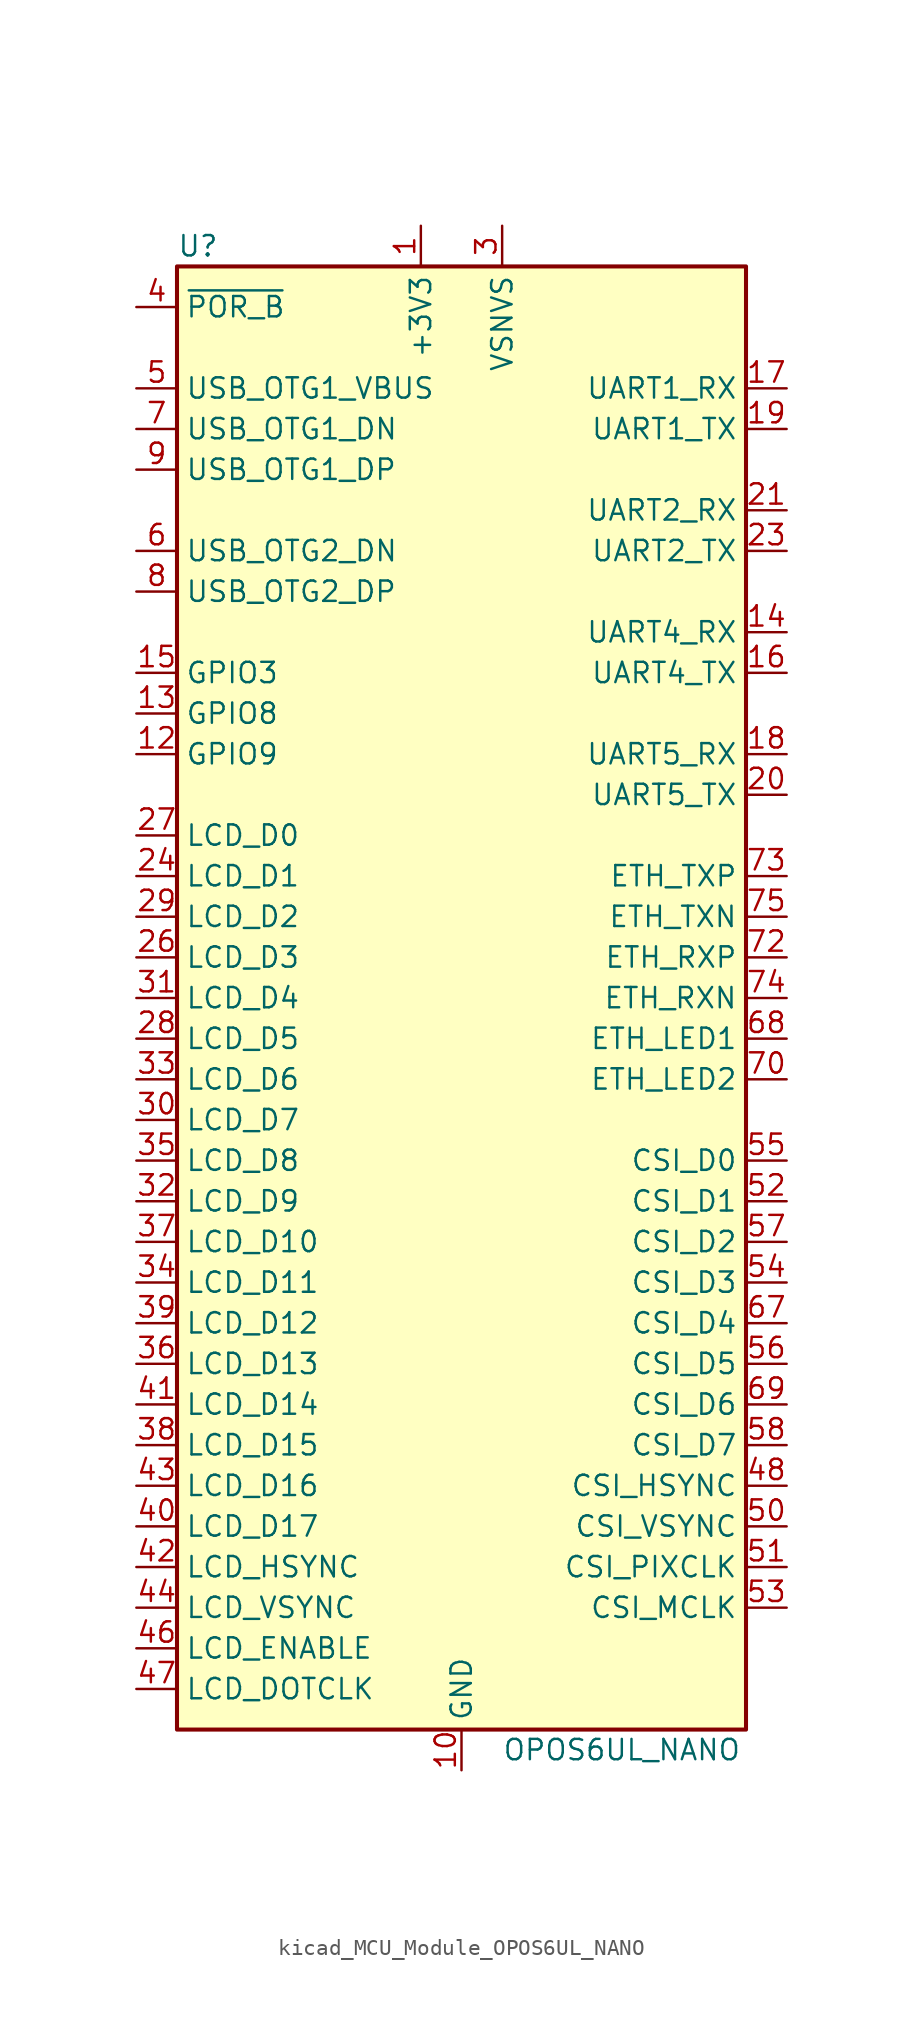
<source format=kicad_sym>
(kicad_symbol_lib
  (version 20220914)
  (generator kicad_symbol_editor)
  (symbol "kicad_MCU_Module_OPOS6UL_NANO"
    (property "Reference" "U"
      (at -17.78 46.99 0)
      (effects (font (size 1.27 1.27)) (justify left)))
    (property "Value" "OPOS6UL_NANO"
      (at 2.54 -46.99 0)
      (effects (font (size 1.27 1.27)) (justify left)))
    (symbol "kicad_MCU_Module_OPOS6UL_NANO_0_1"
      (rectangle (start -17.78 45.72) (end 17.78 -45.72) (stroke (width 0.254) (type default)) (fill (type background))))
    (symbol "kicad_MCU_Module_OPOS6UL_NANO_1_1"
      (pin power_in line (at -2.54 48.26 270) (length 2.54) (name "+3V3" (effects (font (size 1.27 1.27)))) (number "1" (effects (font (size 1.27 1.27)))))
      (pin power_in line (at 0 -48.26 90) (length 2.54) (name "GND" (effects (font (size 1.27 1.27)))) (number "10" (effects (font (size 1.27 1.27)))))
      (pin passive line (at 0 -48.26 90) (length 2.54) hide (name "GND" (effects (font (size 1.27 1.27)))) (number "11" (effects (font (size 1.27 1.27)))))
      (pin bidirectional line (at -20.32 15.24 0) (length 2.54) (name "GPIO9" (effects (font (size 1.27 1.27)))) (number "12" (effects (font (size 1.27 1.27)))))
      (pin bidirectional line (at -20.32 17.78 0) (length 2.54) (name "GPIO8" (effects (font (size 1.27 1.27)))) (number "13" (effects (font (size 1.27 1.27)))))
      (pin bidirectional line (at 20.32 22.86 180) (length 2.54) (name "UART4_RX" (effects (font (size 1.27 1.27)))) (number "14" (effects (font (size 1.27 1.27)))))
      (pin bidirectional line (at -20.32 20.32 0) (length 2.54) (name "GPIO3" (effects (font (size 1.27 1.27)))) (number "15" (effects (font (size 1.27 1.27)))))
      (pin bidirectional line (at 20.32 20.32 180) (length 2.54) (name "UART4_TX" (effects (font (size 1.27 1.27)))) (number "16" (effects (font (size 1.27 1.27)))))
      (pin bidirectional line (at 20.32 38.1 180) (length 2.54) (name "UART1_RX" (effects (font (size 1.27 1.27)))) (number "17" (effects (font (size 1.27 1.27)))))
      (pin bidirectional line (at 20.32 15.24 180) (length 2.54) (name "UART5_RX" (effects (font (size 1.27 1.27)))) (number "18" (effects (font (size 1.27 1.27)))))
      (pin bidirectional line (at 20.32 35.56 180) (length 2.54) (name "UART1_TX" (effects (font (size 1.27 1.27)))) (number "19" (effects (font (size 1.27 1.27)))))
      (pin passive line (at -2.54 48.26 270) (length 2.54) hide (name "+3V3" (effects (font (size 1.27 1.27)))) (number "2" (effects (font (size 1.27 1.27)))))
      (pin bidirectional line (at 20.32 12.7 180) (length 2.54) (name "UART5_TX" (effects (font (size 1.27 1.27)))) (number "20" (effects (font (size 1.27 1.27)))))
      (pin bidirectional line (at 20.32 30.48 180) (length 2.54) (name "UART2_RX" (effects (font (size 1.27 1.27)))) (number "21" (effects (font (size 1.27 1.27)))))
      (pin passive line (at 0 -48.26 90) (length 2.54) hide (name "GND" (effects (font (size 1.27 1.27)))) (number "22" (effects (font (size 1.27 1.27)))))
      (pin bidirectional line (at 20.32 27.94 180) (length 2.54) (name "UART2_TX" (effects (font (size 1.27 1.27)))) (number "23" (effects (font (size 1.27 1.27)))))
      (pin bidirectional line (at -20.32 7.62 0) (length 2.54) (name "LCD_D1" (effects (font (size 1.27 1.27)))) (number "24" (effects (font (size 1.27 1.27)))))
      (pin passive line (at 0 -48.26 90) (length 2.54) hide (name "GND" (effects (font (size 1.27 1.27)))) (number "25" (effects (font (size 1.27 1.27)))))
      (pin bidirectional line (at -20.32 2.54 0) (length 2.54) (name "LCD_D3" (effects (font (size 1.27 1.27)))) (number "26" (effects (font (size 1.27 1.27)))))
      (pin bidirectional line (at -20.32 10.16 0) (length 2.54) (name "LCD_D0" (effects (font (size 1.27 1.27)))) (number "27" (effects (font (size 1.27 1.27)))))
      (pin bidirectional line (at -20.32 -2.54 0) (length 2.54) (name "LCD_D5" (effects (font (size 1.27 1.27)))) (number "28" (effects (font (size 1.27 1.27)))))
      (pin bidirectional line (at -20.32 5.08 0) (length 2.54) (name "LCD_D2" (effects (font (size 1.27 1.27)))) (number "29" (effects (font (size 1.27 1.27)))))
      (pin power_in line (at 2.54 48.26 270) (length 2.54) (name "VSNVS" (effects (font (size 1.27 1.27)))) (number "3" (effects (font (size 1.27 1.27)))))
      (pin bidirectional line (at -20.32 -7.62 0) (length 2.54) (name "LCD_D7" (effects (font (size 1.27 1.27)))) (number "30" (effects (font (size 1.27 1.27)))))
      (pin bidirectional line (at -20.32 0 0) (length 2.54) (name "LCD_D4" (effects (font (size 1.27 1.27)))) (number "31" (effects (font (size 1.27 1.27)))))
      (pin bidirectional line (at -20.32 -12.7 0) (length 2.54) (name "LCD_D9" (effects (font (size 1.27 1.27)))) (number "32" (effects (font (size 1.27 1.27)))))
      (pin bidirectional line (at -20.32 -5.08 0) (length 2.54) (name "LCD_D6" (effects (font (size 1.27 1.27)))) (number "33" (effects (font (size 1.27 1.27)))))
      (pin bidirectional line (at -20.32 -17.78 0) (length 2.54) (name "LCD_D11" (effects (font (size 1.27 1.27)))) (number "34" (effects (font (size 1.27 1.27)))))
      (pin bidirectional line (at -20.32 -10.16 0) (length 2.54) (name "LCD_D8" (effects (font (size 1.27 1.27)))) (number "35" (effects (font (size 1.27 1.27)))))
      (pin bidirectional line (at -20.32 -22.86 0) (length 2.54) (name "LCD_D13" (effects (font (size 1.27 1.27)))) (number "36" (effects (font (size 1.27 1.27)))))
      (pin bidirectional line (at -20.32 -15.24 0) (length 2.54) (name "LCD_D10" (effects (font (size 1.27 1.27)))) (number "37" (effects (font (size 1.27 1.27)))))
      (pin bidirectional line (at -20.32 -27.94 0) (length 2.54) (name "LCD_D15" (effects (font (size 1.27 1.27)))) (number "38" (effects (font (size 1.27 1.27)))))
      (pin bidirectional line (at -20.32 -20.32 0) (length 2.54) (name "LCD_D12" (effects (font (size 1.27 1.27)))) (number "39" (effects (font (size 1.27 1.27)))))
      (pin input line (at -20.32 43.18 0) (length 2.54) (name "~{POR_B}" (effects (font (size 1.27 1.27)))) (number "4" (effects (font (size 1.27 1.27)))))
      (pin bidirectional line (at -20.32 -33.02 0) (length 2.54) (name "LCD_D17" (effects (font (size 1.27 1.27)))) (number "40" (effects (font (size 1.27 1.27)))))
      (pin bidirectional line (at -20.32 -25.4 0) (length 2.54) (name "LCD_D14" (effects (font (size 1.27 1.27)))) (number "41" (effects (font (size 1.27 1.27)))))
      (pin bidirectional line (at -20.32 -35.56 0) (length 2.54) (name "LCD_HSYNC" (effects (font (size 1.27 1.27)))) (number "42" (effects (font (size 1.27 1.27)))))
      (pin bidirectional line (at -20.32 -30.48 0) (length 2.54) (name "LCD_D16" (effects (font (size 1.27 1.27)))) (number "43" (effects (font (size 1.27 1.27)))))
      (pin bidirectional line (at -20.32 -38.1 0) (length 2.54) (name "LCD_VSYNC" (effects (font (size 1.27 1.27)))) (number "44" (effects (font (size 1.27 1.27)))))
      (pin passive line (at 0 -48.26 90) (length 2.54) hide (name "GND" (effects (font (size 1.27 1.27)))) (number "45" (effects (font (size 1.27 1.27)))))
      (pin bidirectional line (at -20.32 -40.64 0) (length 2.54) (name "LCD_ENABLE" (effects (font (size 1.27 1.27)))) (number "46" (effects (font (size 1.27 1.27)))))
      (pin bidirectional line (at -20.32 -43.18 0) (length 2.54) (name "LCD_DOTCLK" (effects (font (size 1.27 1.27)))) (number "47" (effects (font (size 1.27 1.27)))))
      (pin bidirectional line (at 20.32 -30.48 180) (length 2.54) (name "CSI_HSYNC" (effects (font (size 1.27 1.27)))) (number "48" (effects (font (size 1.27 1.27)))))
      (pin passive line (at 0 -48.26 90) (length 2.54) hide (name "GND" (effects (font (size 1.27 1.27)))) (number "49" (effects (font (size 1.27 1.27)))))
      (pin power_in line (at -20.32 38.1 0) (length 2.54) (name "USB_OTG1_VBUS" (effects (font (size 1.27 1.27)))) (number "5" (effects (font (size 1.27 1.27)))))
      (pin bidirectional line (at 20.32 -33.02 180) (length 2.54) (name "CSI_VSYNC" (effects (font (size 1.27 1.27)))) (number "50" (effects (font (size 1.27 1.27)))))
      (pin bidirectional line (at 20.32 -35.56 180) (length 2.54) (name "CSI_PIXCLK" (effects (font (size 1.27 1.27)))) (number "51" (effects (font (size 1.27 1.27)))))
      (pin bidirectional line (at 20.32 -12.7 180) (length 2.54) (name "CSI_D1" (effects (font (size 1.27 1.27)))) (number "52" (effects (font (size 1.27 1.27)))))
      (pin bidirectional line (at 20.32 -38.1 180) (length 2.54) (name "CSI_MCLK" (effects (font (size 1.27 1.27)))) (number "53" (effects (font (size 1.27 1.27)))))
      (pin bidirectional line (at 20.32 -17.78 180) (length 2.54) (name "CSI_D3" (effects (font (size 1.27 1.27)))) (number "54" (effects (font (size 1.27 1.27)))))
      (pin bidirectional line (at 20.32 -10.16 180) (length 2.54) (name "CSI_D0" (effects (font (size 1.27 1.27)))) (number "55" (effects (font (size 1.27 1.27)))))
      (pin bidirectional line (at 20.32 -22.86 180) (length 2.54) (name "CSI_D5" (effects (font (size 1.27 1.27)))) (number "56" (effects (font (size 1.27 1.27)))))
      (pin bidirectional line (at 20.32 -15.24 180) (length 2.54) (name "CSI_D2" (effects (font (size 1.27 1.27)))) (number "57" (effects (font (size 1.27 1.27)))))
      (pin bidirectional line (at 20.32 -27.94 180) (length 2.54) (name "CSI_D7" (effects (font (size 1.27 1.27)))) (number "58" (effects (font (size 1.27 1.27)))))
      (pin bidirectional line (at -20.32 27.94 0) (length 2.54) (name "USB_OTG2_DN" (effects (font (size 1.27 1.27)))) (number "6" (effects (font (size 1.27 1.27)))))
      (pin bidirectional line (at 20.32 -20.32 180) (length 2.54) (name "CSI_D4" (effects (font (size 1.27 1.27)))) (number "67" (effects (font (size 1.27 1.27)))))
      (pin output line (at 20.32 -2.54 180) (length 2.54) (name "ETH_LED1" (effects (font (size 1.27 1.27)))) (number "68" (effects (font (size 1.27 1.27)))))
      (pin bidirectional line (at 20.32 -25.4 180) (length 2.54) (name "CSI_D6" (effects (font (size 1.27 1.27)))) (number "69" (effects (font (size 1.27 1.27)))))
      (pin bidirectional line (at -20.32 35.56 0) (length 2.54) (name "USB_OTG1_DN" (effects (font (size 1.27 1.27)))) (number "7" (effects (font (size 1.27 1.27)))))
      (pin output line (at 20.32 -5.08 180) (length 2.54) (name "ETH_LED2" (effects (font (size 1.27 1.27)))) (number "70" (effects (font (size 1.27 1.27)))))
      (pin passive line (at 0 -48.26 90) (length 2.54) hide (name "GND" (effects (font (size 1.27 1.27)))) (number "71" (effects (font (size 1.27 1.27)))))
      (pin input line (at 20.32 2.54 180) (length 2.54) (name "ETH_RXP" (effects (font (size 1.27 1.27)))) (number "72" (effects (font (size 1.27 1.27)))))
      (pin output line (at 20.32 7.62 180) (length 2.54) (name "ETH_TXP" (effects (font (size 1.27 1.27)))) (number "73" (effects (font (size 1.27 1.27)))))
      (pin input line (at 20.32 0 180) (length 2.54) (name "ETH_RXN" (effects (font (size 1.27 1.27)))) (number "74" (effects (font (size 1.27 1.27)))))
      (pin output line (at 20.32 5.08 180) (length 2.54) (name "ETH_TXN" (effects (font (size 1.27 1.27)))) (number "75" (effects (font (size 1.27 1.27)))))
      (pin bidirectional line (at -20.32 25.4 0) (length 2.54) (name "USB_OTG2_DP" (effects (font (size 1.27 1.27)))) (number "8" (effects (font (size 1.27 1.27)))))
      (pin bidirectional line (at -20.32 33.02 0) (length 2.54) (name "USB_OTG1_DP" (effects (font (size 1.27 1.27)))) (number "9" (effects (font (size 1.27 1.27))))))))
</source>
